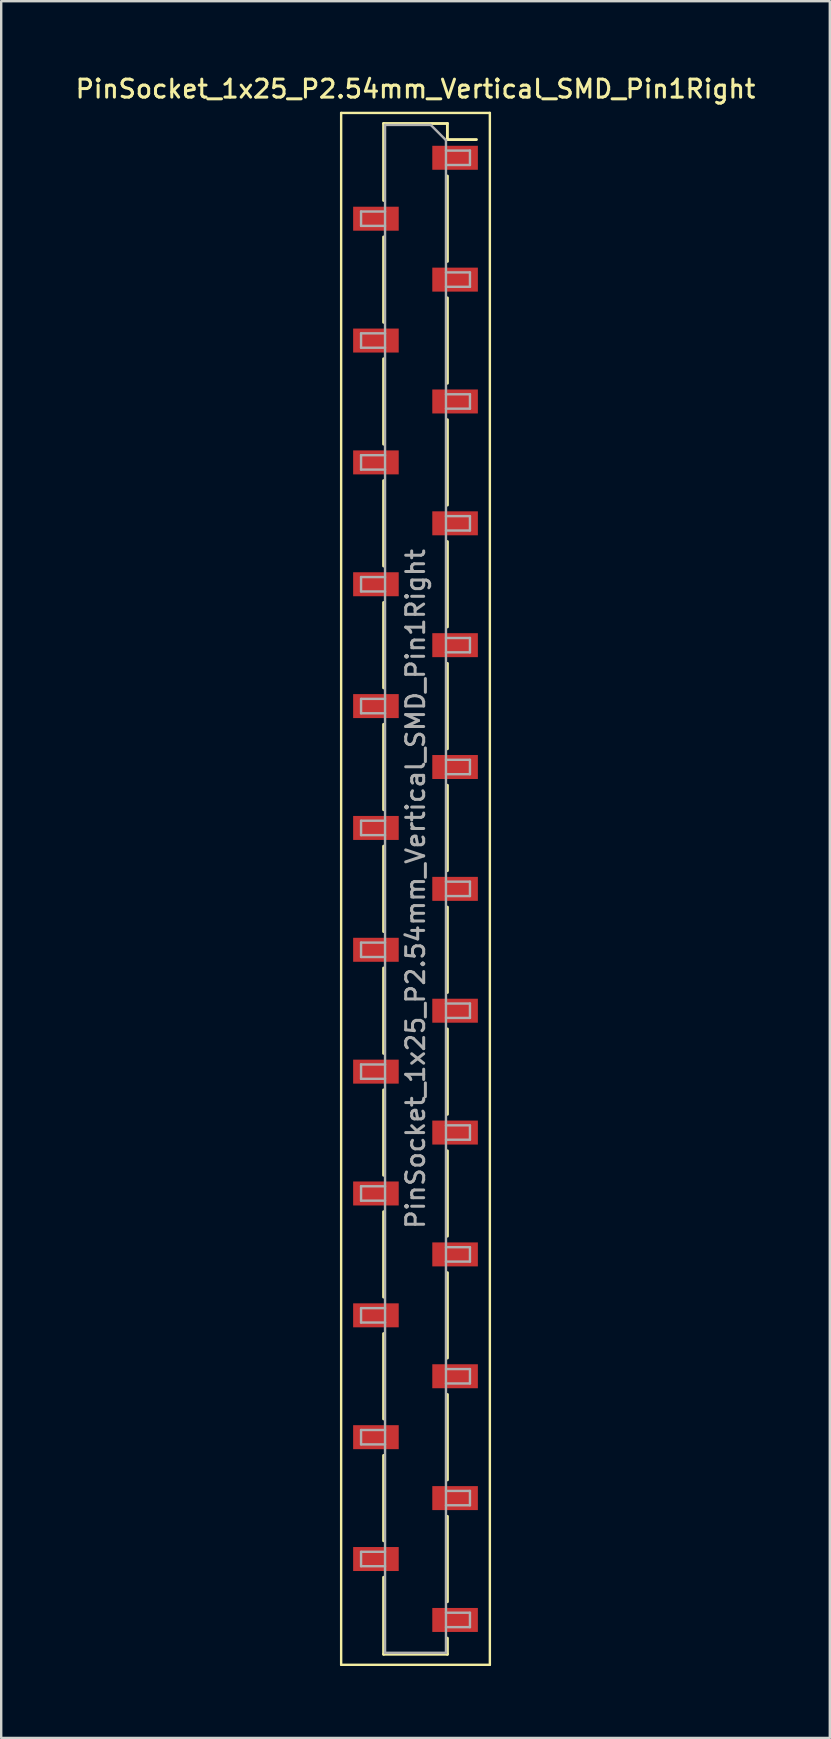
<source format=kicad_pcb>
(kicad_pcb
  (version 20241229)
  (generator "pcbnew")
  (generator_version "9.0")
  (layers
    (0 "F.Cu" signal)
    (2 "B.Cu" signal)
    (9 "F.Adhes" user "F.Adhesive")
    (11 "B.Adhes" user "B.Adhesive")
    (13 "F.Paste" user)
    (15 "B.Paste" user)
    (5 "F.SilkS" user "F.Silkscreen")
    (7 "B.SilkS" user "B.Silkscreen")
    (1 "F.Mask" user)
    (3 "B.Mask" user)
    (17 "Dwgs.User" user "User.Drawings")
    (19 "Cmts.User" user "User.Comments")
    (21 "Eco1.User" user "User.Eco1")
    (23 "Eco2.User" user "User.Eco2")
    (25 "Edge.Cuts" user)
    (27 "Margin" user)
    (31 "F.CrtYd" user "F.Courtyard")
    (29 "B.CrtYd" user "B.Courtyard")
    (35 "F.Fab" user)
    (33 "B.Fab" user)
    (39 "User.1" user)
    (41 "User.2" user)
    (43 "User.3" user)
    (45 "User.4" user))
  (footprint "PinSocket_1x25_P2.54mm_Vertical_SMD_Pin1Right"
    (layer "F.Cu")
    (at 14.273 34.008)
    (property "Reference" "PinSocket_1x25_P2.54mm_Vertical_SMD_Pin1Right" (at 0 -33.35 0) (layer "F.SilkS") (effects (font (size 0.75 0.75) (thickness 0.125))))
    (attr smd)
    (fp_line (start -3.1 -32.35) (end 3.1 -32.35) (stroke (width 0.1) (type solid)) (layer "F.SilkS"))
    (fp_line (start -3.1 32.35) (end -3.1 -32.35) (stroke (width 0.1) (type solid)) (layer "F.SilkS"))
    (fp_line (start -1.33 -31.91) (end -1.33 -28.7) (stroke (width 0.12) (type solid)) (layer "F.SilkS"))
    (fp_line (start -1.33 -31.91) (end 1.33 -31.91) (stroke (width 0.12) (type solid)) (layer "F.SilkS"))
    (fp_line (start -1.33 -27.18) (end -1.33 -23.62) (stroke (width 0.12) (type solid)) (layer "F.SilkS"))
    (fp_line (start -1.33 -22.1) (end -1.33 -18.54) (stroke (width 0.12) (type solid)) (layer "F.SilkS"))
    (fp_line (start -1.33 -17.02) (end -1.33 -13.46) (stroke (width 0.12) (type solid)) (layer "F.SilkS"))
    (fp_line (start -1.33 -11.94) (end -1.33 -8.38) (stroke (width 0.12) (type solid)) (layer "F.SilkS"))
    (fp_line (start -1.33 -6.86) (end -1.33 -3.3) (stroke (width 0.12) (type solid)) (layer "F.SilkS"))
    (fp_line (start -1.33 -1.78) (end -1.33 1.78) (stroke (width 0.12) (type solid)) (layer "F.SilkS"))
    (fp_line (start -1.33 3.3) (end -1.33 6.86) (stroke (width 0.12) (type solid)) (layer "F.SilkS"))
    (fp_line (start -1.33 8.38) (end -1.33 11.94) (stroke (width 0.12) (type solid)) (layer "F.SilkS"))
    (fp_line (start -1.33 13.46) (end -1.33 17.02) (stroke (width 0.12) (type solid)) (layer "F.SilkS"))
    (fp_line (start -1.33 18.54) (end -1.33 22.1) (stroke (width 0.12) (type solid)) (layer "F.SilkS"))
    (fp_line (start -1.33 23.62) (end -1.33 27.18) (stroke (width 0.12) (type solid)) (layer "F.SilkS"))
    (fp_line (start -1.33 28.7) (end -1.33 31.91) (stroke (width 0.12) (type solid)) (layer "F.SilkS"))
    (fp_line (start -1.33 31.91) (end 1.33 31.91) (stroke (width 0.12) (type solid)) (layer "F.SilkS"))
    (fp_line (start 1.33 -31.91) (end 1.33 -31.24) (stroke (width 0.12) (type solid)) (layer "F.SilkS"))
    (fp_line (start 1.33 -31.24) (end 2.54 -31.24) (stroke (width 0.12) (type solid)) (layer "F.SilkS"))
    (fp_line (start 1.33 -29.72) (end 1.33 -26.16) (stroke (width 0.12) (type solid)) (layer "F.SilkS"))
    (fp_line (start 1.33 -24.64) (end 1.33 -21.08) (stroke (width 0.12) (type solid)) (layer "F.SilkS"))
    (fp_line (start 1.33 -19.56) (end 1.33 -16) (stroke (width 0.12) (type solid)) (layer "F.SilkS"))
    (fp_line (start 1.33 -14.48) (end 1.33 -10.92) (stroke (width 0.12) (type solid)) (layer "F.SilkS"))
    (fp_line (start 1.33 -9.4) (end 1.33 -5.84) (stroke (width 0.12) (type solid)) (layer "F.SilkS"))
    (fp_line (start 1.33 -4.32) (end 1.33 -0.76) (stroke (width 0.12) (type solid)) (layer "F.SilkS"))
    (fp_line (start 1.33 0.76) (end 1.33 4.32) (stroke (width 0.12) (type solid)) (layer "F.SilkS"))
    (fp_line (start 1.33 5.84) (end 1.33 9.4) (stroke (width 0.12) (type solid)) (layer "F.SilkS"))
    (fp_line (start 1.33 10.92) (end 1.33 14.48) (stroke (width 0.12) (type solid)) (layer "F.SilkS"))
    (fp_line (start 1.33 16) (end 1.33 19.56) (stroke (width 0.12) (type solid)) (layer "F.SilkS"))
    (fp_line (start 1.33 21.08) (end 1.33 24.64) (stroke (width 0.12) (type solid)) (layer "F.SilkS"))
    (fp_line (start 1.33 26.16) (end 1.33 29.72) (stroke (width 0.12) (type solid)) (layer "F.SilkS"))
    (fp_line (start 1.33 31.24) (end 1.33 31.91) (stroke (width 0.12) (type solid)) (layer "F.SilkS"))
    (fp_line (start 3.1 -32.35) (end 3.1 32.35) (stroke (width 0.1) (type solid)) (layer "F.SilkS"))
    (fp_line (start 3.1 32.35) (end -3.1 32.35) (stroke (width 0.1) (type solid)) (layer "F.SilkS"))
    (fp_line (start -2.27 -28.24) (end -1.27 -28.24) (stroke (width 0.1) (type solid)) (layer "F.Fab"))
    (fp_line (start -2.27 -27.64) (end -2.27 -28.24) (stroke (width 0.1) (type solid)) (layer "F.Fab"))
    (fp_line (start -2.27 -23.16) (end -1.27 -23.16) (stroke (width 0.1) (type solid)) (layer "F.Fab"))
    (fp_line (start -2.27 -22.56) (end -2.27 -23.16) (stroke (width 0.1) (type solid)) (layer "F.Fab"))
    (fp_line (start -2.27 -18.08) (end -1.27 -18.08) (stroke (width 0.1) (type solid)) (layer "F.Fab"))
    (fp_line (start -2.27 -17.48) (end -2.27 -18.08) (stroke (width 0.1) (type solid)) (layer "F.Fab"))
    (fp_line (start -2.27 -13) (end -1.27 -13) (stroke (width 0.1) (type solid)) (layer "F.Fab"))
    (fp_line (start -2.27 -12.4) (end -2.27 -13) (stroke (width 0.1) (type solid)) (layer "F.Fab"))
    (fp_line (start -2.27 -7.92) (end -1.27 -7.92) (stroke (width 0.1) (type solid)) (layer "F.Fab"))
    (fp_line (start -2.27 -7.32) (end -2.27 -7.92) (stroke (width 0.1) (type solid)) (layer "F.Fab"))
    (fp_line (start -2.27 -2.84) (end -1.27 -2.84) (stroke (width 0.1) (type solid)) (layer "F.Fab"))
    (fp_line (start -2.27 -2.24) (end -2.27 -2.84) (stroke (width 0.1) (type solid)) (layer "F.Fab"))
    (fp_line (start -2.27 2.24) (end -1.27 2.24) (stroke (width 0.1) (type solid)) (layer "F.Fab"))
    (fp_line (start -2.27 2.84) (end -2.27 2.24) (stroke (width 0.1) (type solid)) (layer "F.Fab"))
    (fp_line (start -2.27 7.32) (end -1.27 7.32) (stroke (width 0.1) (type solid)) (layer "F.Fab"))
    (fp_line (start -2.27 7.92) (end -2.27 7.32) (stroke (width 0.1) (type solid)) (layer "F.Fab"))
    (fp_line (start -2.27 12.4) (end -1.27 12.4) (stroke (width 0.1) (type solid)) (layer "F.Fab"))
    (fp_line (start -2.27 13) (end -2.27 12.4) (stroke (width 0.1) (type solid)) (layer "F.Fab"))
    (fp_line (start -2.27 17.48) (end -1.27 17.48) (stroke (width 0.1) (type solid)) (layer "F.Fab"))
    (fp_line (start -2.27 18.08) (end -2.27 17.48) (stroke (width 0.1) (type solid)) (layer "F.Fab"))
    (fp_line (start -2.27 22.56) (end -1.27 22.56) (stroke (width 0.1) (type solid)) (layer "F.Fab"))
    (fp_line (start -2.27 23.16) (end -2.27 22.56) (stroke (width 0.1) (type solid)) (layer "F.Fab"))
    (fp_line (start -2.27 27.64) (end -1.27 27.64) (stroke (width 0.1) (type solid)) (layer "F.Fab"))
    (fp_line (start -2.27 28.24) (end -2.27 27.64) (stroke (width 0.1) (type solid)) (layer "F.Fab"))
    (fp_line (start -1.27 -31.85) (end 0.635 -31.85) (stroke (width 0.1) (type solid)) (layer "F.Fab"))
    (fp_line (start -1.27 -27.64) (end -2.27 -27.64) (stroke (width 0.1) (type solid)) (layer "F.Fab"))
    (fp_line (start -1.27 -22.56) (end -2.27 -22.56) (stroke (width 0.1) (type solid)) (layer "F.Fab"))
    (fp_line (start -1.27 -17.48) (end -2.27 -17.48) (stroke (width 0.1) (type solid)) (layer "F.Fab"))
    (fp_line (start -1.27 -12.4) (end -2.27 -12.4) (stroke (width 0.1) (type solid)) (layer "F.Fab"))
    (fp_line (start -1.27 -7.32) (end -2.27 -7.32) (stroke (width 0.1) (type solid)) (layer "F.Fab"))
    (fp_line (start -1.27 -2.24) (end -2.27 -2.24) (stroke (width 0.1) (type solid)) (layer "F.Fab"))
    (fp_line (start -1.27 2.84) (end -2.27 2.84) (stroke (width 0.1) (type solid)) (layer "F.Fab"))
    (fp_line (start -1.27 7.92) (end -2.27 7.92) (stroke (width 0.1) (type solid)) (layer "F.Fab"))
    (fp_line (start -1.27 13) (end -2.27 13) (stroke (width 0.1) (type solid)) (layer "F.Fab"))
    (fp_line (start -1.27 18.08) (end -2.27 18.08) (stroke (width 0.1) (type solid)) (layer "F.Fab"))
    (fp_line (start -1.27 23.16) (end -2.27 23.16) (stroke (width 0.1) (type solid)) (layer "F.Fab"))
    (fp_line (start -1.27 28.24) (end -2.27 28.24) (stroke (width 0.1) (type solid)) (layer "F.Fab"))
    (fp_line (start -1.27 31.85) (end -1.27 -31.85) (stroke (width 0.1) (type solid)) (layer "F.Fab"))
    (fp_line (start 0.635 -31.85) (end 1.27 -31.215) (stroke (width 0.1) (type solid)) (layer "F.Fab"))
    (fp_line (start 1.27 -31.215) (end 1.27 31.85) (stroke (width 0.1) (type solid)) (layer "F.Fab"))
    (fp_line (start 1.27 -30.78) (end 2.27 -30.78) (stroke (width 0.1) (type solid)) (layer "F.Fab"))
    (fp_line (start 1.27 -25.7) (end 2.27 -25.7) (stroke (width 0.1) (type solid)) (layer "F.Fab"))
    (fp_line (start 1.27 -20.62) (end 2.27 -20.62) (stroke (width 0.1) (type solid)) (layer "F.Fab"))
    (fp_line (start 1.27 -15.54) (end 2.27 -15.54) (stroke (width 0.1) (type solid)) (layer "F.Fab"))
    (fp_line (start 1.27 -10.46) (end 2.27 -10.46) (stroke (width 0.1) (type solid)) (layer "F.Fab"))
    (fp_line (start 1.27 -5.38) (end 2.27 -5.38) (stroke (width 0.1) (type solid)) (layer "F.Fab"))
    (fp_line (start 1.27 -0.3) (end 2.27 -0.3) (stroke (width 0.1) (type solid)) (layer "F.Fab"))
    (fp_line (start 1.27 4.78) (end 2.27 4.78) (stroke (width 0.1) (type solid)) (layer "F.Fab"))
    (fp_line (start 1.27 9.86) (end 2.27 9.86) (stroke (width 0.1) (type solid)) (layer "F.Fab"))
    (fp_line (start 1.27 14.94) (end 2.27 14.94) (stroke (width 0.1) (type solid)) (layer "F.Fab"))
    (fp_line (start 1.27 20.02) (end 2.27 20.02) (stroke (width 0.1) (type solid)) (layer "F.Fab"))
    (fp_line (start 1.27 25.1) (end 2.27 25.1) (stroke (width 0.1) (type solid)) (layer "F.Fab"))
    (fp_line (start 1.27 30.18) (end 2.27 30.18) (stroke (width 0.1) (type solid)) (layer "F.Fab"))
    (fp_line (start 1.27 31.85) (end -1.27 31.85) (stroke (width 0.1) (type solid)) (layer "F.Fab"))
    (fp_line (start 2.27 -30.78) (end 2.27 -30.18) (stroke (width 0.1) (type solid)) (layer "F.Fab"))
    (fp_line (start 2.27 -30.18) (end 1.27 -30.18) (stroke (width 0.1) (type solid)) (layer "F.Fab"))
    (fp_line (start 2.27 -25.7) (end 2.27 -25.1) (stroke (width 0.1) (type solid)) (layer "F.Fab"))
    (fp_line (start 2.27 -25.1) (end 1.27 -25.1) (stroke (width 0.1) (type solid)) (layer "F.Fab"))
    (fp_line (start 2.27 -20.62) (end 2.27 -20.02) (stroke (width 0.1) (type solid)) (layer "F.Fab"))
    (fp_line (start 2.27 -20.02) (end 1.27 -20.02) (stroke (width 0.1) (type solid)) (layer "F.Fab"))
    (fp_line (start 2.27 -15.54) (end 2.27 -14.94) (stroke (width 0.1) (type solid)) (layer "F.Fab"))
    (fp_line (start 2.27 -14.94) (end 1.27 -14.94) (stroke (width 0.1) (type solid)) (layer "F.Fab"))
    (fp_line (start 2.27 -10.46) (end 2.27 -9.86) (stroke (width 0.1) (type solid)) (layer "F.Fab"))
    (fp_line (start 2.27 -9.86) (end 1.27 -9.86) (stroke (width 0.1) (type solid)) (layer "F.Fab"))
    (fp_line (start 2.27 -5.38) (end 2.27 -4.78) (stroke (width 0.1) (type solid)) (layer "F.Fab"))
    (fp_line (start 2.27 -4.78) (end 1.27 -4.78) (stroke (width 0.1) (type solid)) (layer "F.Fab"))
    (fp_line (start 2.27 -0.3) (end 2.27 0.3) (stroke (width 0.1) (type solid)) (layer "F.Fab"))
    (fp_line (start 2.27 0.3) (end 1.27 0.3) (stroke (width 0.1) (type solid)) (layer "F.Fab"))
    (fp_line (start 2.27 4.78) (end 2.27 5.38) (stroke (width 0.1) (type solid)) (layer "F.Fab"))
    (fp_line (start 2.27 5.38) (end 1.27 5.38) (stroke (width 0.1) (type solid)) (layer "F.Fab"))
    (fp_line (start 2.27 9.86) (end 2.27 10.46) (stroke (width 0.1) (type solid)) (layer "F.Fab"))
    (fp_line (start 2.27 10.46) (end 1.27 10.46) (stroke (width 0.1) (type solid)) (layer "F.Fab"))
    (fp_line (start 2.27 14.94) (end 2.27 15.54) (stroke (width 0.1) (type solid)) (layer "F.Fab"))
    (fp_line (start 2.27 15.54) (end 1.27 15.54) (stroke (width 0.1) (type solid)) (layer "F.Fab"))
    (fp_line (start 2.27 20.02) (end 2.27 20.62) (stroke (width 0.1) (type solid)) (layer "F.Fab"))
    (fp_line (start 2.27 20.62) (end 1.27 20.62) (stroke (width 0.1) (type solid)) (layer "F.Fab"))
    (fp_line (start 2.27 25.1) (end 2.27 25.7) (stroke (width 0.1) (type solid)) (layer "F.Fab"))
    (fp_line (start 2.27 25.7) (end 1.27 25.7) (stroke (width 0.1) (type solid)) (layer "F.Fab"))
    (fp_line (start 2.27 30.18) (end 2.27 30.78) (stroke (width 0.1) (type solid)) (layer "F.Fab"))
    (fp_line (start 2.27 30.78) (end 1.27 30.78) (stroke (width 0.1) (type solid)) (layer "F.Fab"))
    (fp_text user "${REFERENCE}" (at 0 0 90) (layer "F.Fab") (effects (font (size 0.75 0.75) (thickness 0.125))))
    (pad "1" smd rect (at 1.65 -30.48) (size 1.9 1) (layers "F.Cu" "F.Mask" "F.Paste"))
    (pad "2" smd rect (at -1.65 -27.94) (size 1.9 1) (layers "F.Cu" "F.Mask" "F.Paste"))
    (pad "3" smd rect (at 1.65 -25.4) (size 1.9 1) (layers "F.Cu" "F.Mask" "F.Paste"))
    (pad "4" smd rect (at -1.65 -22.86) (size 1.9 1) (layers "F.Cu" "F.Mask" "F.Paste"))
    (pad "5" smd rect (at 1.65 -20.32) (size 1.9 1) (layers "F.Cu" "F.Mask" "F.Paste"))
    (pad "6" smd rect (at -1.65 -17.78) (size 1.9 1) (layers "F.Cu" "F.Mask" "F.Paste"))
    (pad "7" smd rect (at 1.65 -15.24) (size 1.9 1) (layers "F.Cu" "F.Mask" "F.Paste"))
    (pad "8" smd rect (at -1.65 -12.7) (size 1.9 1) (layers "F.Cu" "F.Mask" "F.Paste"))
    (pad "9" smd rect (at 1.65 -10.16) (size 1.9 1) (layers "F.Cu" "F.Mask" "F.Paste"))
    (pad "10" smd rect (at -1.65 -7.62) (size 1.9 1) (layers "F.Cu" "F.Mask" "F.Paste"))
    (pad "11" smd rect (at 1.65 -5.08) (size 1.9 1) (layers "F.Cu" "F.Mask" "F.Paste"))
    (pad "12" smd rect (at -1.65 -2.54) (size 1.9 1) (layers "F.Cu" "F.Mask" "F.Paste"))
    (pad "13" smd rect (at 1.65 0) (size 1.9 1) (layers "F.Cu" "F.Mask" "F.Paste"))
    (pad "14" smd rect (at -1.65 2.54) (size 1.9 1) (layers "F.Cu" "F.Mask" "F.Paste"))
    (pad "15" smd rect (at 1.65 5.08) (size 1.9 1) (layers "F.Cu" "F.Mask" "F.Paste"))
    (pad "16" smd rect (at -1.65 7.62) (size 1.9 1) (layers "F.Cu" "F.Mask" "F.Paste"))
    (pad "17" smd rect (at 1.65 10.16) (size 1.9 1) (layers "F.Cu" "F.Mask" "F.Paste"))
    (pad "18" smd rect (at -1.65 12.7) (size 1.9 1) (layers "F.Cu" "F.Mask" "F.Paste"))
    (pad "19" smd rect (at 1.65 15.24) (size 1.9 1) (layers "F.Cu" "F.Mask" "F.Paste"))
    (pad "20" smd rect (at -1.65 17.78) (size 1.9 1) (layers "F.Cu" "F.Mask" "F.Paste"))
    (pad "21" smd rect (at 1.65 20.32) (size 1.9 1) (layers "F.Cu" "F.Mask" "F.Paste"))
    (pad "22" smd rect (at -1.65 22.86) (size 1.9 1) (layers "F.Cu" "F.Mask" "F.Paste"))
    (pad "23" smd rect (at 1.65 25.4) (size 1.9 1) (layers "F.Cu" "F.Mask" "F.Paste"))
    (pad "24" smd rect (at -1.65 27.94) (size 1.9 1) (layers "F.Cu" "F.Mask" "F.Paste"))
    (pad "25" smd rect (at 1.65 30.48) (size 1.9 1) (layers "F.Cu" "F.Mask" "F.Paste")))
  (gr_rect
    (start -3 -3)
    (end 31.546 69.408)
    (stroke (width 0.1) (type default))
    (fill no)
    (layer "Edge.Cuts")))
</source>
